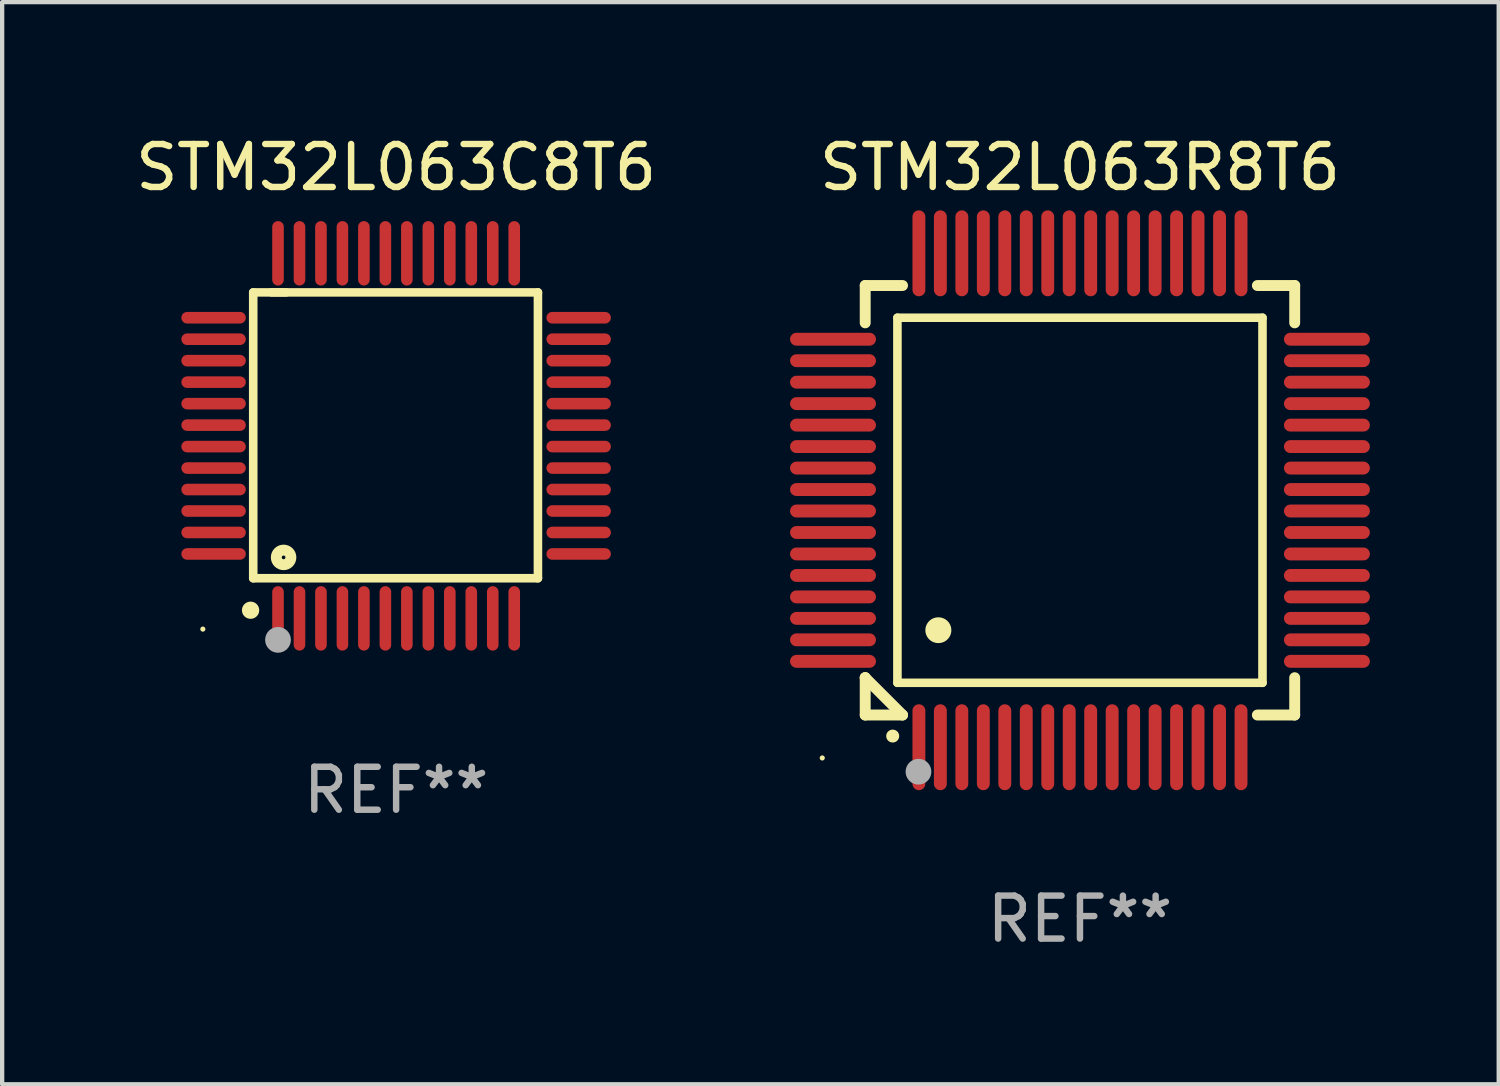
<source format=kicad_pcb>
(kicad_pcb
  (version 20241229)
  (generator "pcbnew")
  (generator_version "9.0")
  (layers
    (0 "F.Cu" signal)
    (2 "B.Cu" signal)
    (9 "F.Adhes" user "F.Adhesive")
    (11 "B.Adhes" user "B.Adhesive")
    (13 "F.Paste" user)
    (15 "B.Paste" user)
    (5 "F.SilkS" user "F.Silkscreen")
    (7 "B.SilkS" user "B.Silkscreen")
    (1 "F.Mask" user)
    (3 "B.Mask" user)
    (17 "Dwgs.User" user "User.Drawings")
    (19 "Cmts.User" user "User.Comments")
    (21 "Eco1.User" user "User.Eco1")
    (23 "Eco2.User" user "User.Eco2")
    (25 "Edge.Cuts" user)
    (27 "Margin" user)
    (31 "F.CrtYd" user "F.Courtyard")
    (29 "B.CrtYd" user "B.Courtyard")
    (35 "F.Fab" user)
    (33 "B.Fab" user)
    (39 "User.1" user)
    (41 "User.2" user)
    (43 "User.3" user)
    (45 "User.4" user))
  (footprint "STM32L063C8T6"
    (layer "F.Cu")
    (at 6.173 7.098)
    (property "Reference" "STM32L063C8T6" (at 0 -6.25 0) (layer "F.SilkS") (effects (font (size 1 1) (thickness 0.15))))
    (attr through_hole)
    (fp_line (start -3.327 -3.34) (end -2.565 -3.34) (stroke (width 0.2) (type solid)) (layer "F.SilkS"))
    (fp_line (start -3.327 3.315) (end -3.327 -3.34) (stroke (width 0.2) (type solid)) (layer "F.SilkS"))
    (fp_line (start -2.896 -3.34) (end 3.302 -3.34) (stroke (width 0.2) (type solid)) (layer "F.SilkS"))
    (fp_line (start 3.302 -3.34) (end 3.302 3.315) (stroke (width 0.2) (type solid)) (layer "F.SilkS"))
    (fp_line (start 3.302 3.315) (end -3.327 3.315) (stroke (width 0.2) (type solid)) (layer "F.SilkS"))
    (fp_arc (start -3.389992 4.059995) (mid -3.388722 4.059991) (end -3.387452 4.059995) (stroke (width 0.4) (type solid)) (layer "F.SilkS"))
    (fp_circle (center -4.5 4.5) (end -4.47 4.5) (stroke (width 0.06) (type solid)) (fill no) (layer "F.SilkS"))
    (fp_circle (center -2.62 2.83) (end -2.45 2.83) (stroke (width 0.254) (type solid)) (fill no) (layer "F.SilkS"))
    (fp_circle (center -2.75 4.75) (end -2.6 4.75) (stroke (width 0.3) (type solid)) (fill no) (layer "F.Fab"))
    (fp_text user "REF**" (at 0 8.25 0) (layer "F.Fab") (effects (font (size 1 1) (thickness 0.15))))
    (pad "1" smd oval (at -2.75 4.25) (size 0.27 1.5) (layers "F.Cu" "F.Mask" "F.Paste"))
    (pad "2" smd oval (at -2.25 4.25) (size 0.27 1.5) (layers "F.Cu" "F.Mask" "F.Paste"))
    (pad "3" smd oval (at -1.75 4.25) (size 0.27 1.5) (layers "F.Cu" "F.Mask" "F.Paste"))
    (pad "4" smd oval (at -1.25 4.25) (size 0.27 1.5) (layers "F.Cu" "F.Mask" "F.Paste"))
    (pad "5" smd oval (at -0.75 4.25) (size 0.27 1.5) (layers "F.Cu" "F.Mask" "F.Paste"))
    (pad "6" smd oval (at -0.25 4.25) (size 0.27 1.5) (layers "F.Cu" "F.Mask" "F.Paste"))
    (pad "7" smd oval (at 0.25 4.25) (size 0.27 1.5) (layers "F.Cu" "F.Mask" "F.Paste"))
    (pad "8" smd oval (at 0.75 4.25) (size 0.27 1.5) (layers "F.Cu" "F.Mask" "F.Paste"))
    (pad "9" smd oval (at 1.25 4.25) (size 0.27 1.5) (layers "F.Cu" "F.Mask" "F.Paste"))
    (pad "10" smd oval (at 1.75 4.25) (size 0.27 1.5) (layers "F.Cu" "F.Mask" "F.Paste"))
    (pad "11" smd oval (at 2.25 4.25) (size 0.27 1.5) (layers "F.Cu" "F.Mask" "F.Paste"))
    (pad "12" smd oval (at 2.75 4.25) (size 0.27 1.5) (layers "F.Cu" "F.Mask" "F.Paste"))
    (pad "13" smd oval (at 4.25 2.75) (size 1.5 0.27) (layers "F.Cu" "F.Mask" "F.Paste"))
    (pad "14" smd oval (at 4.25 2.25) (size 1.5 0.27) (layers "F.Cu" "F.Mask" "F.Paste"))
    (pad "15" smd oval (at 4.25 1.75) (size 1.5 0.27) (layers "F.Cu" "F.Mask" "F.Paste"))
    (pad "16" smd oval (at 4.25 1.25) (size 1.5 0.27) (layers "F.Cu" "F.Mask" "F.Paste"))
    (pad "17" smd oval (at 4.25 0.75) (size 1.5 0.27) (layers "F.Cu" "F.Mask" "F.Paste"))
    (pad "18" smd oval (at 4.25 0.25) (size 1.5 0.27) (layers "F.Cu" "F.Mask" "F.Paste"))
    (pad "19" smd oval (at 4.25 -0.25) (size 1.5 0.27) (layers "F.Cu" "F.Mask" "F.Paste"))
    (pad "20" smd oval (at 4.25 -0.75) (size 1.5 0.27) (layers "F.Cu" "F.Mask" "F.Paste"))
    (pad "21" smd oval (at 4.25 -1.25) (size 1.5 0.27) (layers "F.Cu" "F.Mask" "F.Paste"))
    (pad "22" smd oval (at 4.25 -1.75) (size 1.5 0.27) (layers "F.Cu" "F.Mask" "F.Paste"))
    (pad "23" smd oval (at 4.25 -2.25) (size 1.5 0.27) (layers "F.Cu" "F.Mask" "F.Paste"))
    (pad "24" smd oval (at 4.25 -2.75) (size 1.5 0.27) (layers "F.Cu" "F.Mask" "F.Paste"))
    (pad "25" smd oval (at 2.75 -4.25) (size 0.27 1.5) (layers "F.Cu" "F.Mask" "F.Paste"))
    (pad "26" smd oval (at 2.25 -4.25) (size 0.27 1.5) (layers "F.Cu" "F.Mask" "F.Paste"))
    (pad "27" smd oval (at 1.75 -4.25) (size 0.27 1.5) (layers "F.Cu" "F.Mask" "F.Paste"))
    (pad "28" smd oval (at 1.25 -4.25) (size 0.27 1.5) (layers "F.Cu" "F.Mask" "F.Paste"))
    (pad "29" smd oval (at 0.75 -4.25) (size 0.27 1.5) (layers "F.Cu" "F.Mask" "F.Paste"))
    (pad "30" smd oval (at 0.25 -4.25) (size 0.27 1.5) (layers "F.Cu" "F.Mask" "F.Paste"))
    (pad "31" smd oval (at -0.25 -4.25) (size 0.27 1.5) (layers "F.Cu" "F.Mask" "F.Paste"))
    (pad "32" smd oval (at -0.75 -4.25) (size 0.27 1.5) (layers "F.Cu" "F.Mask" "F.Paste"))
    (pad "33" smd oval (at -1.25 -4.25) (size 0.27 1.5) (layers "F.Cu" "F.Mask" "F.Paste"))
    (pad "34" smd oval (at -1.75 -4.25) (size 0.27 1.5) (layers "F.Cu" "F.Mask" "F.Paste"))
    (pad "35" smd oval (at -2.25 -4.25) (size 0.27 1.5) (layers "F.Cu" "F.Mask" "F.Paste"))
    (pad "36" smd oval (at -2.75 -4.25) (size 0.27 1.5) (layers "F.Cu" "F.Mask" "F.Paste"))
    (pad "37" smd oval (at -4.25 -2.75) (size 1.5 0.27) (layers "F.Cu" "F.Mask" "F.Paste"))
    (pad "38" smd oval (at -4.25 -2.25) (size 1.5 0.27) (layers "F.Cu" "F.Mask" "F.Paste"))
    (pad "39" smd oval (at -4.25 -1.75) (size 1.5 0.27) (layers "F.Cu" "F.Mask" "F.Paste"))
    (pad "40" smd oval (at -4.25 -1.25) (size 1.5 0.27) (layers "F.Cu" "F.Mask" "F.Paste"))
    (pad "41" smd oval (at -4.25 -0.75) (size 1.5 0.27) (layers "F.Cu" "F.Mask" "F.Paste"))
    (pad "42" smd oval (at -4.25 -0.25) (size 1.5 0.27) (layers "F.Cu" "F.Mask" "F.Paste"))
    (pad "43" smd oval (at -4.25 0.25) (size 1.5 0.27) (layers "F.Cu" "F.Mask" "F.Paste"))
    (pad "44" smd oval (at -4.25 0.75) (size 1.5 0.27) (layers "F.Cu" "F.Mask" "F.Paste"))
    (pad "45" smd oval (at -4.25 1.25) (size 1.5 0.27) (layers "F.Cu" "F.Mask" "F.Paste"))
    (pad "46" smd oval (at -4.25 1.75) (size 1.5 0.27) (layers "F.Cu" "F.Mask" "F.Paste"))
    (pad "47" smd oval (at -4.25 2.25) (size 1.5 0.27) (layers "F.Cu" "F.Mask" "F.Paste"))
    (pad "48" smd oval (at -4.25 2.75) (size 1.5 0.27) (layers "F.Cu" "F.Mask" "F.Paste")))
  (footprint "STM32L063R8T6"
    (layer "F.Cu")
    (at 22.095 8.598)
    (property "Reference" "STM32L063R8T6" (at 0 -7.75 0) (layer "F.SilkS") (effects (font (size 1 1) (thickness 0.15))))
    (attr through_hole)
    (fp_line (start -5 -5) (end -4.131 -5) (stroke (width 0.254) (type solid)) (layer "F.SilkS"))
    (fp_line (start -5 -4.131) (end -5 -5) (stroke (width 0.254) (type solid)) (layer "F.SilkS"))
    (fp_line (start -5 4.131) (end -5 4.131) (stroke (width 0.254) (type solid)) (layer "F.SilkS"))
    (fp_line (start -5 5) (end -5 4.131) (stroke (width 0.254) (type solid)) (layer "F.SilkS"))
    (fp_line (start -5 4.131) (end -4.131 5) (stroke (width 0.254) (type solid)) (layer "F.SilkS"))
    (fp_line (start -4.25 -4.25) (end -4.25 4.25) (stroke (width 0.2) (type solid)) (layer "F.SilkS"))
    (fp_line (start -4.25 4.25) (end 4.25 4.25) (stroke (width 0.2) (type solid)) (layer "F.SilkS"))
    (fp_line (start -4.131 5) (end -5 5) (stroke (width 0.254) (type solid)) (layer "F.SilkS"))
    (fp_line (start 4.25 -4.25) (end -4.25 -4.25) (stroke (width 0.2) (type solid)) (layer "F.SilkS"))
    (fp_line (start 4.25 4.25) (end 4.25 -4.25) (stroke (width 0.2) (type solid)) (layer "F.SilkS"))
    (fp_line (start 5 -5) (end 4.131 -5) (stroke (width 0.254) (type solid)) (layer "F.SilkS"))
    (fp_line (start 5 -5) (end 5 -4.131) (stroke (width 0.254) (type solid)) (layer "F.SilkS"))
    (fp_line (start 5 4.131) (end 5 5) (stroke (width 0.254) (type solid)) (layer "F.SilkS"))
    (fp_line (start 5 5) (end 4.131 5) (stroke (width 0.254) (type solid)) (layer "F.SilkS"))
    (fp_arc (start -4.361265 5.489992) (mid -4.359995 5.489987) (end -4.358725 5.489992) (stroke (width 0.3) (type solid)) (layer "F.SilkS"))
    (fp_arc (start -3.299467 3.025146) (mid -3.296927 3.025135) (end -3.294387 3.025146) (stroke (width 0.6) (type solid)) (layer "F.SilkS"))
    (fp_circle (center -6 6) (end -5.97 6) (stroke (width 0.06) (type solid)) (fill no) (layer "F.SilkS"))
    (fp_circle (center -3.76 6.32) (end -3.61 6.32) (stroke (width 0.3) (type solid)) (fill no) (layer "F.Fab"))
    (fp_text user "REF**" (at 0 9.75 0) (layer "F.Fab") (effects (font (size 1 1) (thickness 0.15))))
    (pad "1" smd oval (at -3.75 5.75) (size 0.3 2) (layers "F.Cu" "F.Mask" "F.Paste"))
    (pad "2" smd oval (at -3.25 5.75) (size 0.3 2) (layers "F.Cu" "F.Mask" "F.Paste"))
    (pad "3" smd oval (at -2.75 5.75) (size 0.3 2) (layers "F.Cu" "F.Mask" "F.Paste"))
    (pad "4" smd oval (at -2.25 5.75) (size 0.3 2) (layers "F.Cu" "F.Mask" "F.Paste"))
    (pad "5" smd oval (at -1.75 5.75) (size 0.3 2) (layers "F.Cu" "F.Mask" "F.Paste"))
    (pad "6" smd oval (at -1.25 5.75) (size 0.3 2) (layers "F.Cu" "F.Mask" "F.Paste"))
    (pad "7" smd oval (at -0.75 5.75) (size 0.3 2) (layers "F.Cu" "F.Mask" "F.Paste"))
    (pad "8" smd oval (at -0.25 5.75) (size 0.3 2) (layers "F.Cu" "F.Mask" "F.Paste"))
    (pad "9" smd oval (at 0.25 5.75) (size 0.3 2) (layers "F.Cu" "F.Mask" "F.Paste"))
    (pad "10" smd oval (at 0.75 5.75) (size 0.3 2) (layers "F.Cu" "F.Mask" "F.Paste"))
    (pad "11" smd oval (at 1.25 5.75) (size 0.3 2) (layers "F.Cu" "F.Mask" "F.Paste"))
    (pad "12" smd oval (at 1.75 5.75) (size 0.3 2) (layers "F.Cu" "F.Mask" "F.Paste"))
    (pad "13" smd oval (at 2.25 5.75) (size 0.3 2) (layers "F.Cu" "F.Mask" "F.Paste"))
    (pad "14" smd oval (at 2.75 5.75) (size 0.3 2) (layers "F.Cu" "F.Mask" "F.Paste"))
    (pad "15" smd oval (at 3.25 5.75) (size 0.3 2) (layers "F.Cu" "F.Mask" "F.Paste"))
    (pad "16" smd oval (at 3.75 5.75) (size 0.3 2) (layers "F.Cu" "F.Mask" "F.Paste"))
    (pad "17" smd oval (at 5.75 3.75) (size 2 0.3) (layers "F.Cu" "F.Mask" "F.Paste"))
    (pad "18" smd oval (at 5.75 3.25) (size 2 0.3) (layers "F.Cu" "F.Mask" "F.Paste"))
    (pad "19" smd oval (at 5.75 2.75) (size 2 0.3) (layers "F.Cu" "F.Mask" "F.Paste"))
    (pad "20" smd oval (at 5.75 2.25) (size 2 0.3) (layers "F.Cu" "F.Mask" "F.Paste"))
    (pad "21" smd oval (at 5.75 1.75) (size 2 0.3) (layers "F.Cu" "F.Mask" "F.Paste"))
    (pad "22" smd oval (at 5.75 1.25) (size 2 0.3) (layers "F.Cu" "F.Mask" "F.Paste"))
    (pad "23" smd oval (at 5.75 0.75) (size 2 0.3) (layers "F.Cu" "F.Mask" "F.Paste"))
    (pad "24" smd oval (at 5.75 0.25) (size 2 0.3) (layers "F.Cu" "F.Mask" "F.Paste"))
    (pad "25" smd oval (at 5.75 -0.25) (size 2 0.3) (layers "F.Cu" "F.Mask" "F.Paste"))
    (pad "26" smd oval (at 5.75 -0.75) (size 2 0.3) (layers "F.Cu" "F.Mask" "F.Paste"))
    (pad "27" smd oval (at 5.75 -1.25) (size 2 0.3) (layers "F.Cu" "F.Mask" "F.Paste"))
    (pad "28" smd oval (at 5.75 -1.75) (size 2 0.3) (layers "F.Cu" "F.Mask" "F.Paste"))
    (pad "29" smd oval (at 5.75 -2.25) (size 2 0.3) (layers "F.Cu" "F.Mask" "F.Paste"))
    (pad "30" smd oval (at 5.75 -2.75) (size 2 0.3) (layers "F.Cu" "F.Mask" "F.Paste"))
    (pad "31" smd oval (at 5.75 -3.25) (size 2 0.3) (layers "F.Cu" "F.Mask" "F.Paste"))
    (pad "32" smd oval (at 5.75 -3.75) (size 2 0.3) (layers "F.Cu" "F.Mask" "F.Paste"))
    (pad "33" smd oval (at 3.75 -5.75) (size 0.3 2) (layers "F.Cu" "F.Mask" "F.Paste"))
    (pad "34" smd oval (at 3.25 -5.75) (size 0.3 2) (layers "F.Cu" "F.Mask" "F.Paste"))
    (pad "35" smd oval (at 2.75 -5.75) (size 0.3 2) (layers "F.Cu" "F.Mask" "F.Paste"))
    (pad "36" smd oval (at 2.25 -5.75) (size 0.3 2) (layers "F.Cu" "F.Mask" "F.Paste"))
    (pad "37" smd oval (at 1.75 -5.75) (size 0.3 2) (layers "F.Cu" "F.Mask" "F.Paste"))
    (pad "38" smd oval (at 1.25 -5.75) (size 0.3 2) (layers "F.Cu" "F.Mask" "F.Paste"))
    (pad "39" smd oval (at 0.75 -5.75) (size 0.3 2) (layers "F.Cu" "F.Mask" "F.Paste"))
    (pad "40" smd oval (at 0.25 -5.75) (size 0.3 2) (layers "F.Cu" "F.Mask" "F.Paste"))
    (pad "41" smd oval (at -0.25 -5.75) (size 0.3 2) (layers "F.Cu" "F.Mask" "F.Paste"))
    (pad "42" smd oval (at -0.75 -5.75) (size 0.3 2) (layers "F.Cu" "F.Mask" "F.Paste"))
    (pad "43" smd oval (at -1.25 -5.75) (size 0.3 2) (layers "F.Cu" "F.Mask" "F.Paste"))
    (pad "44" smd oval (at -1.75 -5.75) (size 0.3 2) (layers "F.Cu" "F.Mask" "F.Paste"))
    (pad "45" smd oval (at -2.25 -5.75) (size 0.3 2) (layers "F.Cu" "F.Mask" "F.Paste"))
    (pad "46" smd oval (at -2.75 -5.75) (size 0.3 2) (layers "F.Cu" "F.Mask" "F.Paste"))
    (pad "47" smd oval (at -3.25 -5.75) (size 0.3 2) (layers "F.Cu" "F.Mask" "F.Paste"))
    (pad "48" smd oval (at -3.75 -5.75) (size 0.3 2) (layers "F.Cu" "F.Mask" "F.Paste"))
    (pad "49" smd oval (at -5.75 -3.75) (size 2 0.3) (layers "F.Cu" "F.Mask" "F.Paste"))
    (pad "50" smd oval (at -5.75 -3.25) (size 2 0.3) (layers "F.Cu" "F.Mask" "F.Paste"))
    (pad "51" smd oval (at -5.75 -2.75) (size 2 0.3) (layers "F.Cu" "F.Mask" "F.Paste"))
    (pad "52" smd oval (at -5.75 -2.25) (size 2 0.3) (layers "F.Cu" "F.Mask" "F.Paste"))
    (pad "53" smd oval (at -5.75 -1.75) (size 2 0.3) (layers "F.Cu" "F.Mask" "F.Paste"))
    (pad "54" smd oval (at -5.75 -1.25) (size 2 0.3) (layers "F.Cu" "F.Mask" "F.Paste"))
    (pad "55" smd oval (at -5.75 -0.75) (size 2 0.3) (layers "F.Cu" "F.Mask" "F.Paste"))
    (pad "56" smd oval (at -5.75 -0.25) (size 2 0.3) (layers "F.Cu" "F.Mask" "F.Paste"))
    (pad "57" smd oval (at -5.75 0.25) (size 2 0.3) (layers "F.Cu" "F.Mask" "F.Paste"))
    (pad "58" smd oval (at -5.75 0.75) (size 2 0.3) (layers "F.Cu" "F.Mask" "F.Paste"))
    (pad "59" smd oval (at -5.75 1.25) (size 2 0.3) (layers "F.Cu" "F.Mask" "F.Paste"))
    (pad "60" smd oval (at -5.75 1.75) (size 2 0.3) (layers "F.Cu" "F.Mask" "F.Paste"))
    (pad "61" smd oval (at -5.75 2.25) (size 2 0.3) (layers "F.Cu" "F.Mask" "F.Paste"))
    (pad "62" smd oval (at -5.75 2.75) (size 2 0.3) (layers "F.Cu" "F.Mask" "F.Paste"))
    (pad "63" smd oval (at -5.75 3.25) (size 2 0.3) (layers "F.Cu" "F.Mask" "F.Paste"))
    (pad "64" smd oval (at -5.75 3.75) (size 2 0.3) (layers "F.Cu" "F.Mask" "F.Paste")))
  (gr_rect
    (start -3 -3)
    (end 31.845 22.196)
    (stroke (width 0.1) (type default))
    (fill no)
    (layer "Edge.Cuts")))
</source>
